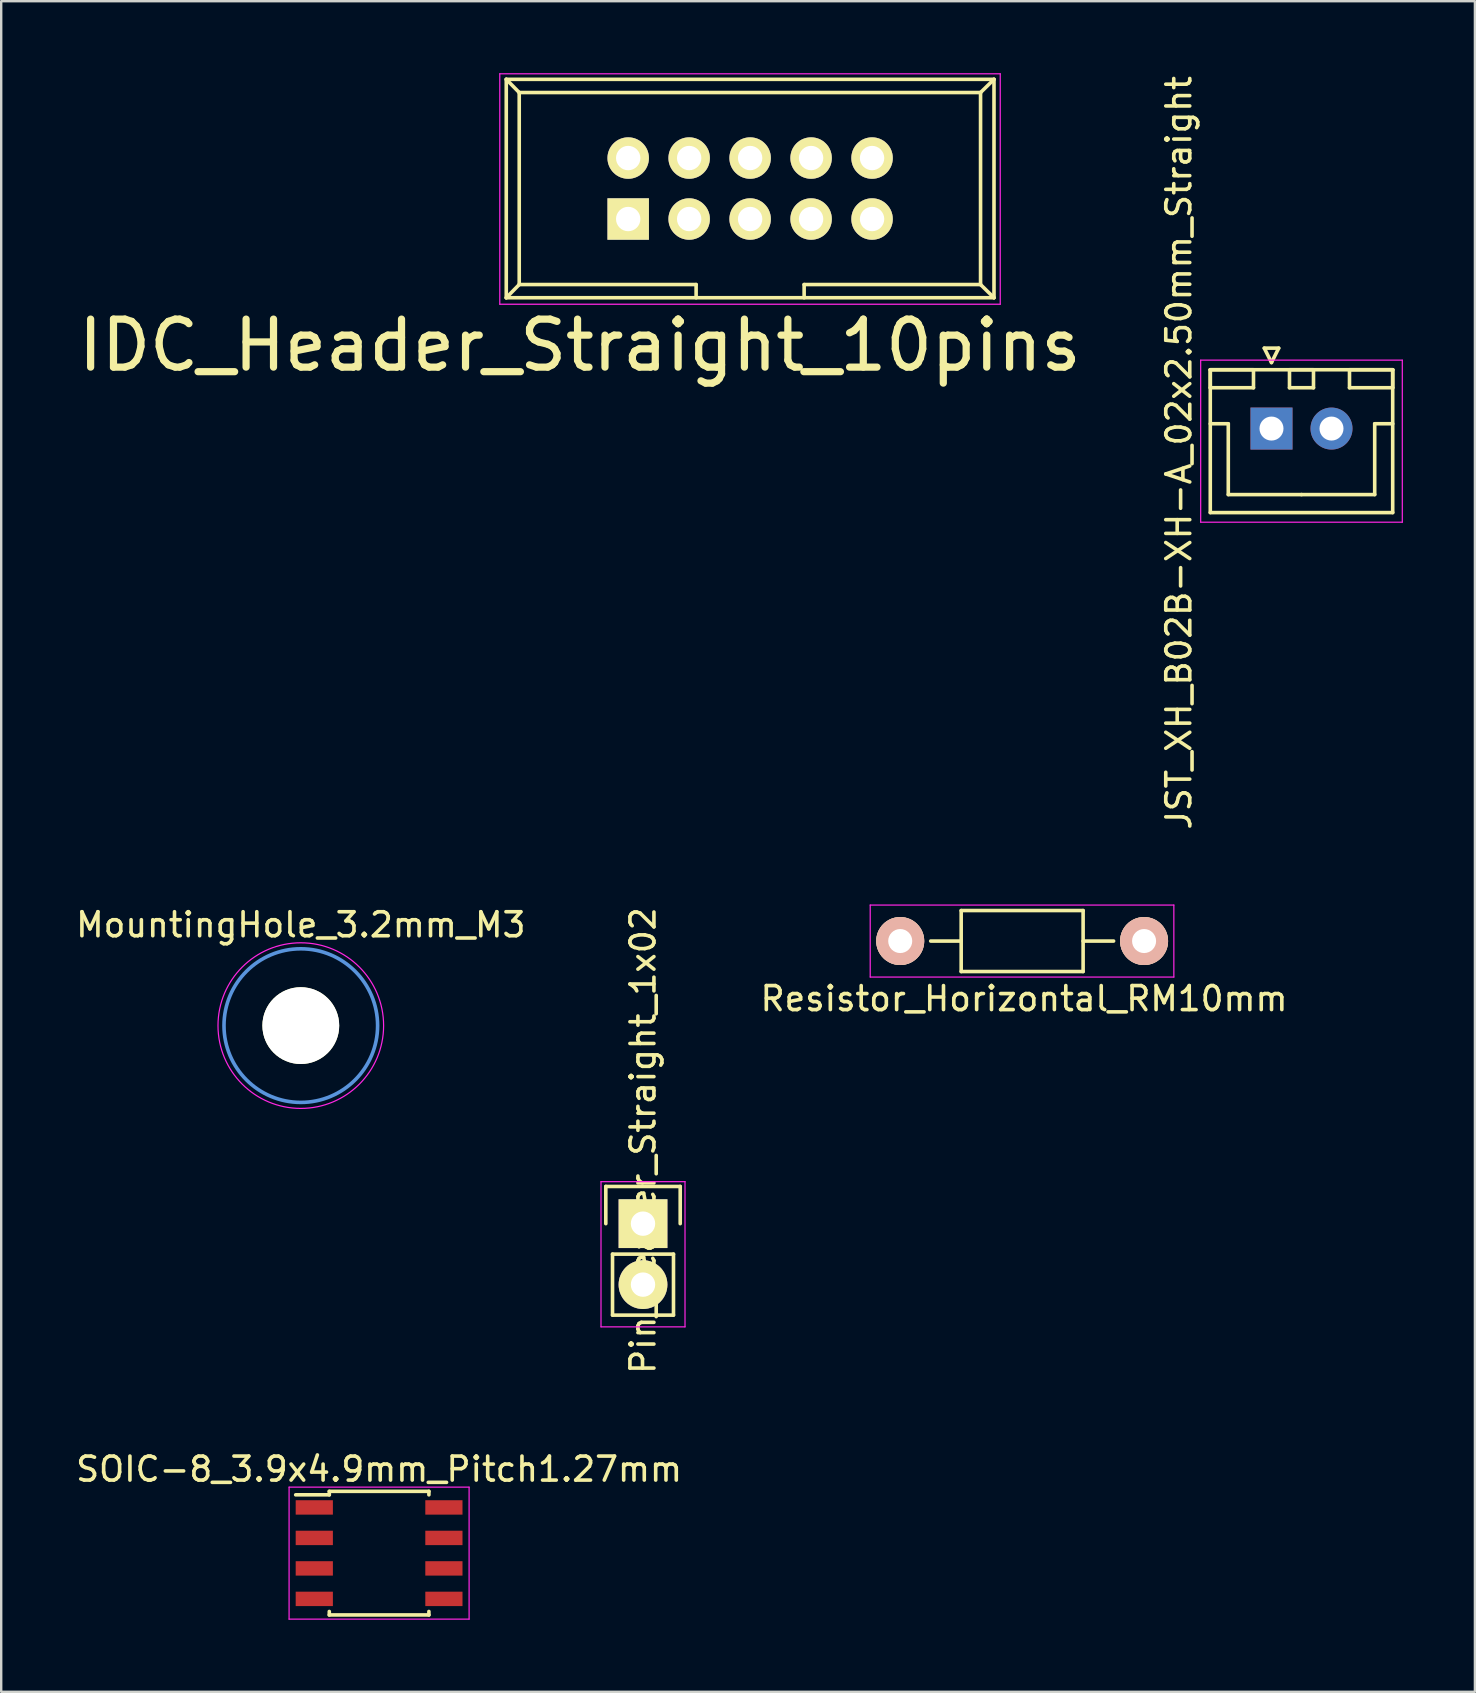
<source format=kicad_pcb>
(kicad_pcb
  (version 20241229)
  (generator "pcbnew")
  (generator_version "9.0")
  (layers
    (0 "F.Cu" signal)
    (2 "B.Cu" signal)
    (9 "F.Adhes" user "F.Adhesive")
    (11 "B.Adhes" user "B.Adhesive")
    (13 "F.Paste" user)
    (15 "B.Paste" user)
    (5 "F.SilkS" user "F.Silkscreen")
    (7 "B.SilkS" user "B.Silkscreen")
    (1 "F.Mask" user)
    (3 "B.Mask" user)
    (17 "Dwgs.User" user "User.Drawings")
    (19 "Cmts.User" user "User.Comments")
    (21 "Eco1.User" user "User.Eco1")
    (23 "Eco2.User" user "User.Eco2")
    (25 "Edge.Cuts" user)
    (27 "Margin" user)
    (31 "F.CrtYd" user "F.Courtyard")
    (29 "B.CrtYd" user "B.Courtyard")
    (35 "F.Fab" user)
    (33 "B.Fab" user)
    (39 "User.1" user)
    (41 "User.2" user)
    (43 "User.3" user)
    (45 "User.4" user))
  (footprint "Resistor_Horizontal_RM10mm"
    (layer "F.Cu")
    (at 34.455 36.156)
    (property "Reference" "Resistor_Horizontal_RM10mm" (at 5.16 2.4 0) (layer "F.SilkS") (effects (font (size 1 1) (thickness 0.15))))
    (attr through_hole)
    (fp_line (start 2.54 -1.27) (end 7.62 -1.27) (stroke (width 0.15) (type solid)) (layer "F.SilkS"))
    (fp_line (start 2.54 0) (end 1.27 0) (stroke (width 0.15) (type solid)) (layer "F.SilkS"))
    (fp_line (start 2.54 1.27) (end 2.54 -1.27) (stroke (width 0.15) (type solid)) (layer "F.SilkS"))
    (fp_line (start 7.62 -1.27) (end 7.62 1.27) (stroke (width 0.15) (type solid)) (layer "F.SilkS"))
    (fp_line (start 7.62 0) (end 8.89 0) (stroke (width 0.15) (type solid)) (layer "F.SilkS"))
    (fp_line (start 7.62 1.27) (end 2.54 1.27) (stroke (width 0.15) (type solid)) (layer "F.SilkS"))
    (fp_line (start -1.25 -1.5) (end 11.4 -1.5) (stroke (width 0.05) (type solid)) (layer "F.CrtYd"))
    (fp_line (start -1.25 1.5) (end -1.25 -1.5) (stroke (width 0.05) (type solid)) (layer "F.CrtYd"))
    (fp_line (start -1.25 1.5) (end 11.4 1.5) (stroke (width 0.05) (type solid)) (layer "F.CrtYd"))
    (fp_line (start 11.4 -1.5) (end 11.4 1.5) (stroke (width 0.05) (type solid)) (layer "F.CrtYd"))
    (pad "1" thru_hole circle (at 0 0) (size 1.999 1.999) (drill 1.001) (layers "*.Cu" "*.SilkS" "*.Mask"))
    (pad "2" thru_hole circle (at 10.16 0) (size 1.999 1.999) (drill 1.001) (layers "*.Cu" "*.SilkS" "*.Mask")))
  (footprint "SOIC-8_3.9x4.9mm_Pitch1.27mm"
    (placed yes)
    (layer "F.Cu")
    (at 12.744 61.658)
    (property "Reference" "SOIC-8_3.9x4.9mm_Pitch1.27mm" (at 0 -3.5 0) (layer "F.SilkS") (effects (font (size 1 1) (thickness 0.15))))
    (attr smd)
    (fp_line (start -2.075 -2.575) (end -2.075 -2.43) (stroke (width 0.15) (type solid)) (layer "F.SilkS"))
    (fp_line (start -2.075 -2.575) (end 2.075 -2.575) (stroke (width 0.15) (type solid)) (layer "F.SilkS"))
    (fp_line (start -2.075 -2.43) (end -3.475 -2.43) (stroke (width 0.15) (type solid)) (layer "F.SilkS"))
    (fp_line (start -2.075 2.575) (end -2.075 2.43) (stroke (width 0.15) (type solid)) (layer "F.SilkS"))
    (fp_line (start -2.075 2.575) (end 2.075 2.575) (stroke (width 0.15) (type solid)) (layer "F.SilkS"))
    (fp_line (start 2.075 -2.575) (end 2.075 -2.43) (stroke (width 0.15) (type solid)) (layer "F.SilkS"))
    (fp_line (start 2.075 2.575) (end 2.075 2.43) (stroke (width 0.15) (type solid)) (layer "F.SilkS"))
    (fp_line (start -3.75 -2.75) (end -3.75 2.75) (stroke (width 0.05) (type solid)) (layer "F.CrtYd"))
    (fp_line (start -3.75 -2.75) (end 3.75 -2.75) (stroke (width 0.05) (type solid)) (layer "F.CrtYd"))
    (fp_line (start -3.75 2.75) (end 3.75 2.75) (stroke (width 0.05) (type solid)) (layer "F.CrtYd"))
    (fp_line (start 3.75 -2.75) (end 3.75 2.75) (stroke (width 0.05) (type solid)) (layer "F.CrtYd"))
    (pad "1" smd rect (at -2.7 -1.905) (size 1.55 0.6) (layers "F.Cu" "F.Mask" "F.Paste"))
    (pad "2" smd rect (at -2.7 -0.635) (size 1.55 0.6) (layers "F.Cu" "F.Mask" "F.Paste"))
    (pad "3" smd rect (at -2.7 0.635) (size 1.55 0.6) (layers "F.Cu" "F.Mask" "F.Paste"))
    (pad "4" smd rect (at -2.7 1.905) (size 1.55 0.6) (layers "F.Cu" "F.Mask" "F.Paste"))
    (pad "5" smd rect (at 2.7 1.905) (size 1.55 0.6) (layers "F.Cu" "F.Mask" "F.Paste"))
    (pad "6" smd rect (at 2.7 0.635) (size 1.55 0.6) (layers "F.Cu" "F.Mask" "F.Paste"))
    (pad "7" smd rect (at 2.7 -0.635) (size 1.55 0.6) (layers "F.Cu" "F.Mask" "F.Paste"))
    (pad "8" smd rect (at 2.7 -1.905) (size 1.55 0.6) (layers "F.Cu" "F.Mask" "F.Paste")))
  (footprint "JST_XH_B02B-XH-A_02x2.50mm_Straight"
    (layer "F.Cu")
    (at 49.923 14.805)
    (property "Reference" "JST_XH_B02B-XH-A_02x2.50mm_Straight" (at -3.86 1.01 90) (layer "F.SilkS") (effects (font (size 1 1) (thickness 0.15))))
    (attr through_hole)
    (fp_line (start -2.55 -2.45) (end -2.55 -1.7) (stroke (width 0.15) (type solid)) (layer "F.SilkS"))
    (fp_line (start -2.55 -2.45) (end -2.55 3.5) (stroke (width 0.15) (type solid)) (layer "F.SilkS"))
    (fp_line (start -2.55 -1.7) (end -0.75 -1.7) (stroke (width 0.15) (type solid)) (layer "F.SilkS"))
    (fp_line (start -2.55 -0.2) (end -1.8 -0.2) (stroke (width 0.15) (type solid)) (layer "F.SilkS"))
    (fp_line (start -2.55 3.5) (end 5.05 3.5) (stroke (width 0.15) (type solid)) (layer "F.SilkS"))
    (fp_line (start -1.8 -0.2) (end -1.8 2.75) (stroke (width 0.15) (type solid)) (layer "F.SilkS"))
    (fp_line (start -1.8 2.75) (end 1.25 2.75) (stroke (width 0.15) (type solid)) (layer "F.SilkS"))
    (fp_line (start -0.75 -2.45) (end -2.55 -2.45) (stroke (width 0.15) (type solid)) (layer "F.SilkS"))
    (fp_line (start -0.75 -1.7) (end -0.75 -2.45) (stroke (width 0.15) (type solid)) (layer "F.SilkS"))
    (fp_line (start -0.3 -3.35) (end 0.3 -3.35) (stroke (width 0.15) (type solid)) (layer "F.SilkS"))
    (fp_line (start 0 -2.75) (end -0.3 -3.35) (stroke (width 0.15) (type solid)) (layer "F.SilkS"))
    (fp_line (start 0.3 -3.35) (end 0 -2.75) (stroke (width 0.15) (type solid)) (layer "F.SilkS"))
    (fp_line (start 0.75 -2.45) (end 0.75 -1.7) (stroke (width 0.15) (type solid)) (layer "F.SilkS"))
    (fp_line (start 0.75 -1.7) (end 1.75 -1.7) (stroke (width 0.15) (type solid)) (layer "F.SilkS"))
    (fp_line (start 1.75 -2.45) (end 0.75 -2.45) (stroke (width 0.15) (type solid)) (layer "F.SilkS"))
    (fp_line (start 1.75 -1.7) (end 1.75 -2.45) (stroke (width 0.15) (type solid)) (layer "F.SilkS"))
    (fp_line (start 3.25 -2.45) (end 3.25 -1.7) (stroke (width 0.15) (type solid)) (layer "F.SilkS"))
    (fp_line (start 3.25 -1.7) (end 5.05 -1.7) (stroke (width 0.15) (type solid)) (layer "F.SilkS"))
    (fp_line (start 4.3 -0.2) (end 4.3 2.75) (stroke (width 0.15) (type solid)) (layer "F.SilkS"))
    (fp_line (start 4.3 2.75) (end 1.25 2.75) (stroke (width 0.15) (type solid)) (layer "F.SilkS"))
    (fp_line (start 5.05 -2.45) (end -2.55 -2.45) (stroke (width 0.15) (type solid)) (layer "F.SilkS"))
    (fp_line (start 5.05 -2.45) (end 3.25 -2.45) (stroke (width 0.15) (type solid)) (layer "F.SilkS"))
    (fp_line (start 5.05 -1.7) (end 5.05 -2.45) (stroke (width 0.15) (type solid)) (layer "F.SilkS"))
    (fp_line (start 5.05 -0.2) (end 4.3 -0.2) (stroke (width 0.15) (type solid)) (layer "F.SilkS"))
    (fp_line (start 5.05 3.5) (end 5.05 -2.45) (stroke (width 0.15) (type solid)) (layer "F.SilkS"))
    (fp_line (start -2.95 -2.85) (end -2.95 3.9) (stroke (width 0.05) (type solid)) (layer "F.CrtYd"))
    (fp_line (start -2.95 3.9) (end 5.45 3.9) (stroke (width 0.05) (type solid)) (layer "F.CrtYd"))
    (fp_line (start 5.45 -2.85) (end -2.95 -2.85) (stroke (width 0.05) (type solid)) (layer "F.CrtYd"))
    (fp_line (start 5.45 3.9) (end 5.45 -2.85) (stroke (width 0.05) (type solid)) (layer "F.CrtYd"))
    (pad "1" thru_hole rect (at 0 0) (size 1.75 1.75) (drill 1) (layers "*.Cu" "*.Mask"))
    (pad "2" thru_hole circle (at 2.5 0) (size 1.75 1.75) (drill 1) (layers "*.Cu" "*.Mask")))
  (footprint "IDC_Header_Straight_10pins"
    (placed yes)
    (layer "F.Cu")
    (at 23.122 6.075)
    (property "Reference" "IDC_Header_Straight_10pins" (at -2.015 5.26 0) (layer "F.SilkS") (effects (font (size 2 2) (thickness 0.3))))
    (attr through_hole)
    (fp_line (start -5.08 -5.82) (end -5.08 3.28) (stroke (width 0.15) (type solid)) (layer "F.SilkS"))
    (fp_line (start -5.08 -5.82) (end -4.54 -5.27) (stroke (width 0.15) (type solid)) (layer "F.SilkS"))
    (fp_line (start -5.08 -5.82) (end 15.24 -5.82) (stroke (width 0.15) (type solid)) (layer "F.SilkS"))
    (fp_line (start -5.08 3.28) (end -4.54 2.73) (stroke (width 0.15) (type solid)) (layer "F.SilkS"))
    (fp_line (start -5.08 3.28) (end 15.24 3.28) (stroke (width 0.15) (type solid)) (layer "F.SilkS"))
    (fp_line (start -4.54 -5.27) (end -4.54 2.73) (stroke (width 0.15) (type solid)) (layer "F.SilkS"))
    (fp_line (start -4.54 -5.27) (end 14.68 -5.27) (stroke (width 0.15) (type solid)) (layer "F.SilkS"))
    (fp_line (start -4.54 2.73) (end 2.83 2.73) (stroke (width 0.15) (type solid)) (layer "F.SilkS"))
    (fp_line (start 2.83 2.73) (end 2.83 3.28) (stroke (width 0.15) (type solid)) (layer "F.SilkS"))
    (fp_line (start 7.33 2.73) (end 7.33 3.28) (stroke (width 0.15) (type solid)) (layer "F.SilkS"))
    (fp_line (start 7.33 2.73) (end 14.68 2.73) (stroke (width 0.15) (type solid)) (layer "F.SilkS"))
    (fp_line (start 14.68 -5.27) (end 14.68 2.73) (stroke (width 0.15) (type solid)) (layer "F.SilkS"))
    (fp_line (start 15.24 -5.82) (end 14.68 -5.27) (stroke (width 0.15) (type solid)) (layer "F.SilkS"))
    (fp_line (start 15.24 -5.82) (end 15.24 3.28) (stroke (width 0.15) (type solid)) (layer "F.SilkS"))
    (fp_line (start 15.24 3.28) (end 14.68 2.73) (stroke (width 0.15) (type solid)) (layer "F.SilkS"))
    (fp_line (start -5.35 -6.05) (end 15.5 -6.05) (stroke (width 0.05) (type solid)) (layer "F.CrtYd"))
    (fp_line (start -5.35 3.55) (end -5.35 -6.05) (stroke (width 0.05) (type solid)) (layer "F.CrtYd"))
    (fp_line (start 15.5 -6.05) (end 15.5 3.55) (stroke (width 0.05) (type solid)) (layer "F.CrtYd"))
    (fp_line (start 15.5 3.55) (end -5.35 3.55) (stroke (width 0.05) (type solid)) (layer "F.CrtYd"))
    (pad "1" thru_hole rect (at 0 0) (size 1.727 1.727) (drill 1.016) (layers "*.Cu" "*.Mask" "F.SilkS"))
    (pad "2" thru_hole oval (at 0 -2.54) (size 1.727 1.727) (drill 1.016) (layers "*.Cu" "*.Mask" "F.SilkS"))
    (pad "3" thru_hole oval (at 2.54 0) (size 1.727 1.727) (drill 1.016) (layers "*.Cu" "*.Mask" "F.SilkS"))
    (pad "4" thru_hole oval (at 2.54 -2.54) (size 1.727 1.727) (drill 1.016) (layers "*.Cu" "*.Mask" "F.SilkS"))
    (pad "5" thru_hole oval (at 5.08 0) (size 1.727 1.727) (drill 1.016) (layers "*.Cu" "*.Mask" "F.SilkS"))
    (pad "6" thru_hole oval (at 5.08 -2.54) (size 1.727 1.727) (drill 1.016) (layers "*.Cu" "*.Mask" "F.SilkS"))
    (pad "7" thru_hole oval (at 7.62 0) (size 1.727 1.727) (drill 1.016) (layers "*.Cu" "*.Mask" "F.SilkS"))
    (pad "8" thru_hole oval (at 7.62 -2.54) (size 1.727 1.727) (drill 1.016) (layers "*.Cu" "*.Mask" "F.SilkS"))
    (pad "9" thru_hole oval (at 10.16 0) (size 1.727 1.727) (drill 1.016) (layers "*.Cu" "*.Mask" "F.SilkS"))
    (pad "10" thru_hole oval (at 10.16 -2.54) (size 1.727 1.727) (drill 1.016) (layers "*.Cu" "*.Mask" "F.SilkS")))
  (footprint "Pin_Header_Straight_1x02"
    (layer "F.Cu")
    (at 23.739 47.93)
    (property "Reference" "Pin_Header_Straight_1x02" (at 0 -3.46 90) (layer "F.SilkS") (effects (font (size 1 1) (thickness 0.15))))
    (attr through_hole)
    (fp_line (start -1.55 -1.55) (end 1.55 -1.55) (stroke (width 0.15) (type solid)) (layer "F.SilkS"))
    (fp_line (start -1.55 0) (end -1.55 -1.55) (stroke (width 0.15) (type solid)) (layer "F.SilkS"))
    (fp_line (start -1.27 1.27) (end -1.27 3.81) (stroke (width 0.15) (type solid)) (layer "F.SilkS"))
    (fp_line (start -1.27 3.81) (end 1.27 3.81) (stroke (width 0.15) (type solid)) (layer "F.SilkS"))
    (fp_line (start 1.27 1.27) (end -1.27 1.27) (stroke (width 0.15) (type solid)) (layer "F.SilkS"))
    (fp_line (start 1.27 1.27) (end 1.27 3.81) (stroke (width 0.15) (type solid)) (layer "F.SilkS"))
    (fp_line (start 1.55 -1.55) (end 1.55 0) (stroke (width 0.15) (type solid)) (layer "F.SilkS"))
    (fp_line (start -1.75 -1.75) (end -1.75 4.3) (stroke (width 0.05) (type solid)) (layer "F.CrtYd"))
    (fp_line (start -1.75 -1.75) (end 1.75 -1.75) (stroke (width 0.05) (type solid)) (layer "F.CrtYd"))
    (fp_line (start -1.75 4.3) (end 1.75 4.3) (stroke (width 0.05) (type solid)) (layer "F.CrtYd"))
    (fp_line (start 1.75 -1.75) (end 1.75 4.3) (stroke (width 0.05) (type solid)) (layer "F.CrtYd"))
    (pad "1" thru_hole rect (at 0 0) (size 2.032 2.032) (drill 1.016) (layers "*.Cu" "*.Mask" "F.SilkS"))
    (pad "2" thru_hole oval (at 0 2.54) (size 2.032 2.032) (drill 1.016) (layers "*.Cu" "*.Mask" "F.SilkS")))
  (footprint "MountingHole_3.2mm_M3"
    (layer "F.Cu")
    (at 9.482 39.679)
    (property "Reference" "MountingHole_3.2mm_M3" (at 0 -4.2 0) (layer "F.SilkS") (effects (font (size 1 1) (thickness 0.15))))
    (attr through_hole)
    (fp_circle (center 0 0) (end 3.2 0) (stroke (width 0.15) (type solid)) (fill no) (layer "Cmts.User"))
    (fp_circle (center 0 0) (end 3.45 0) (stroke (width 0.05) (type solid)) (fill no) (layer "F.CrtYd"))
    (pad "" np_thru_hole circle (at 0 0) (size 3.2 3.2) (drill 3.2) (layers "*.Cu" "*.Mask" "F.SilkS")))
  (gr_rect
    (start -3 -3)
    (end 58.398 67.433)
    (stroke (width 0.1) (type default))
    (fill no)
    (layer "Edge.Cuts")))
</source>
